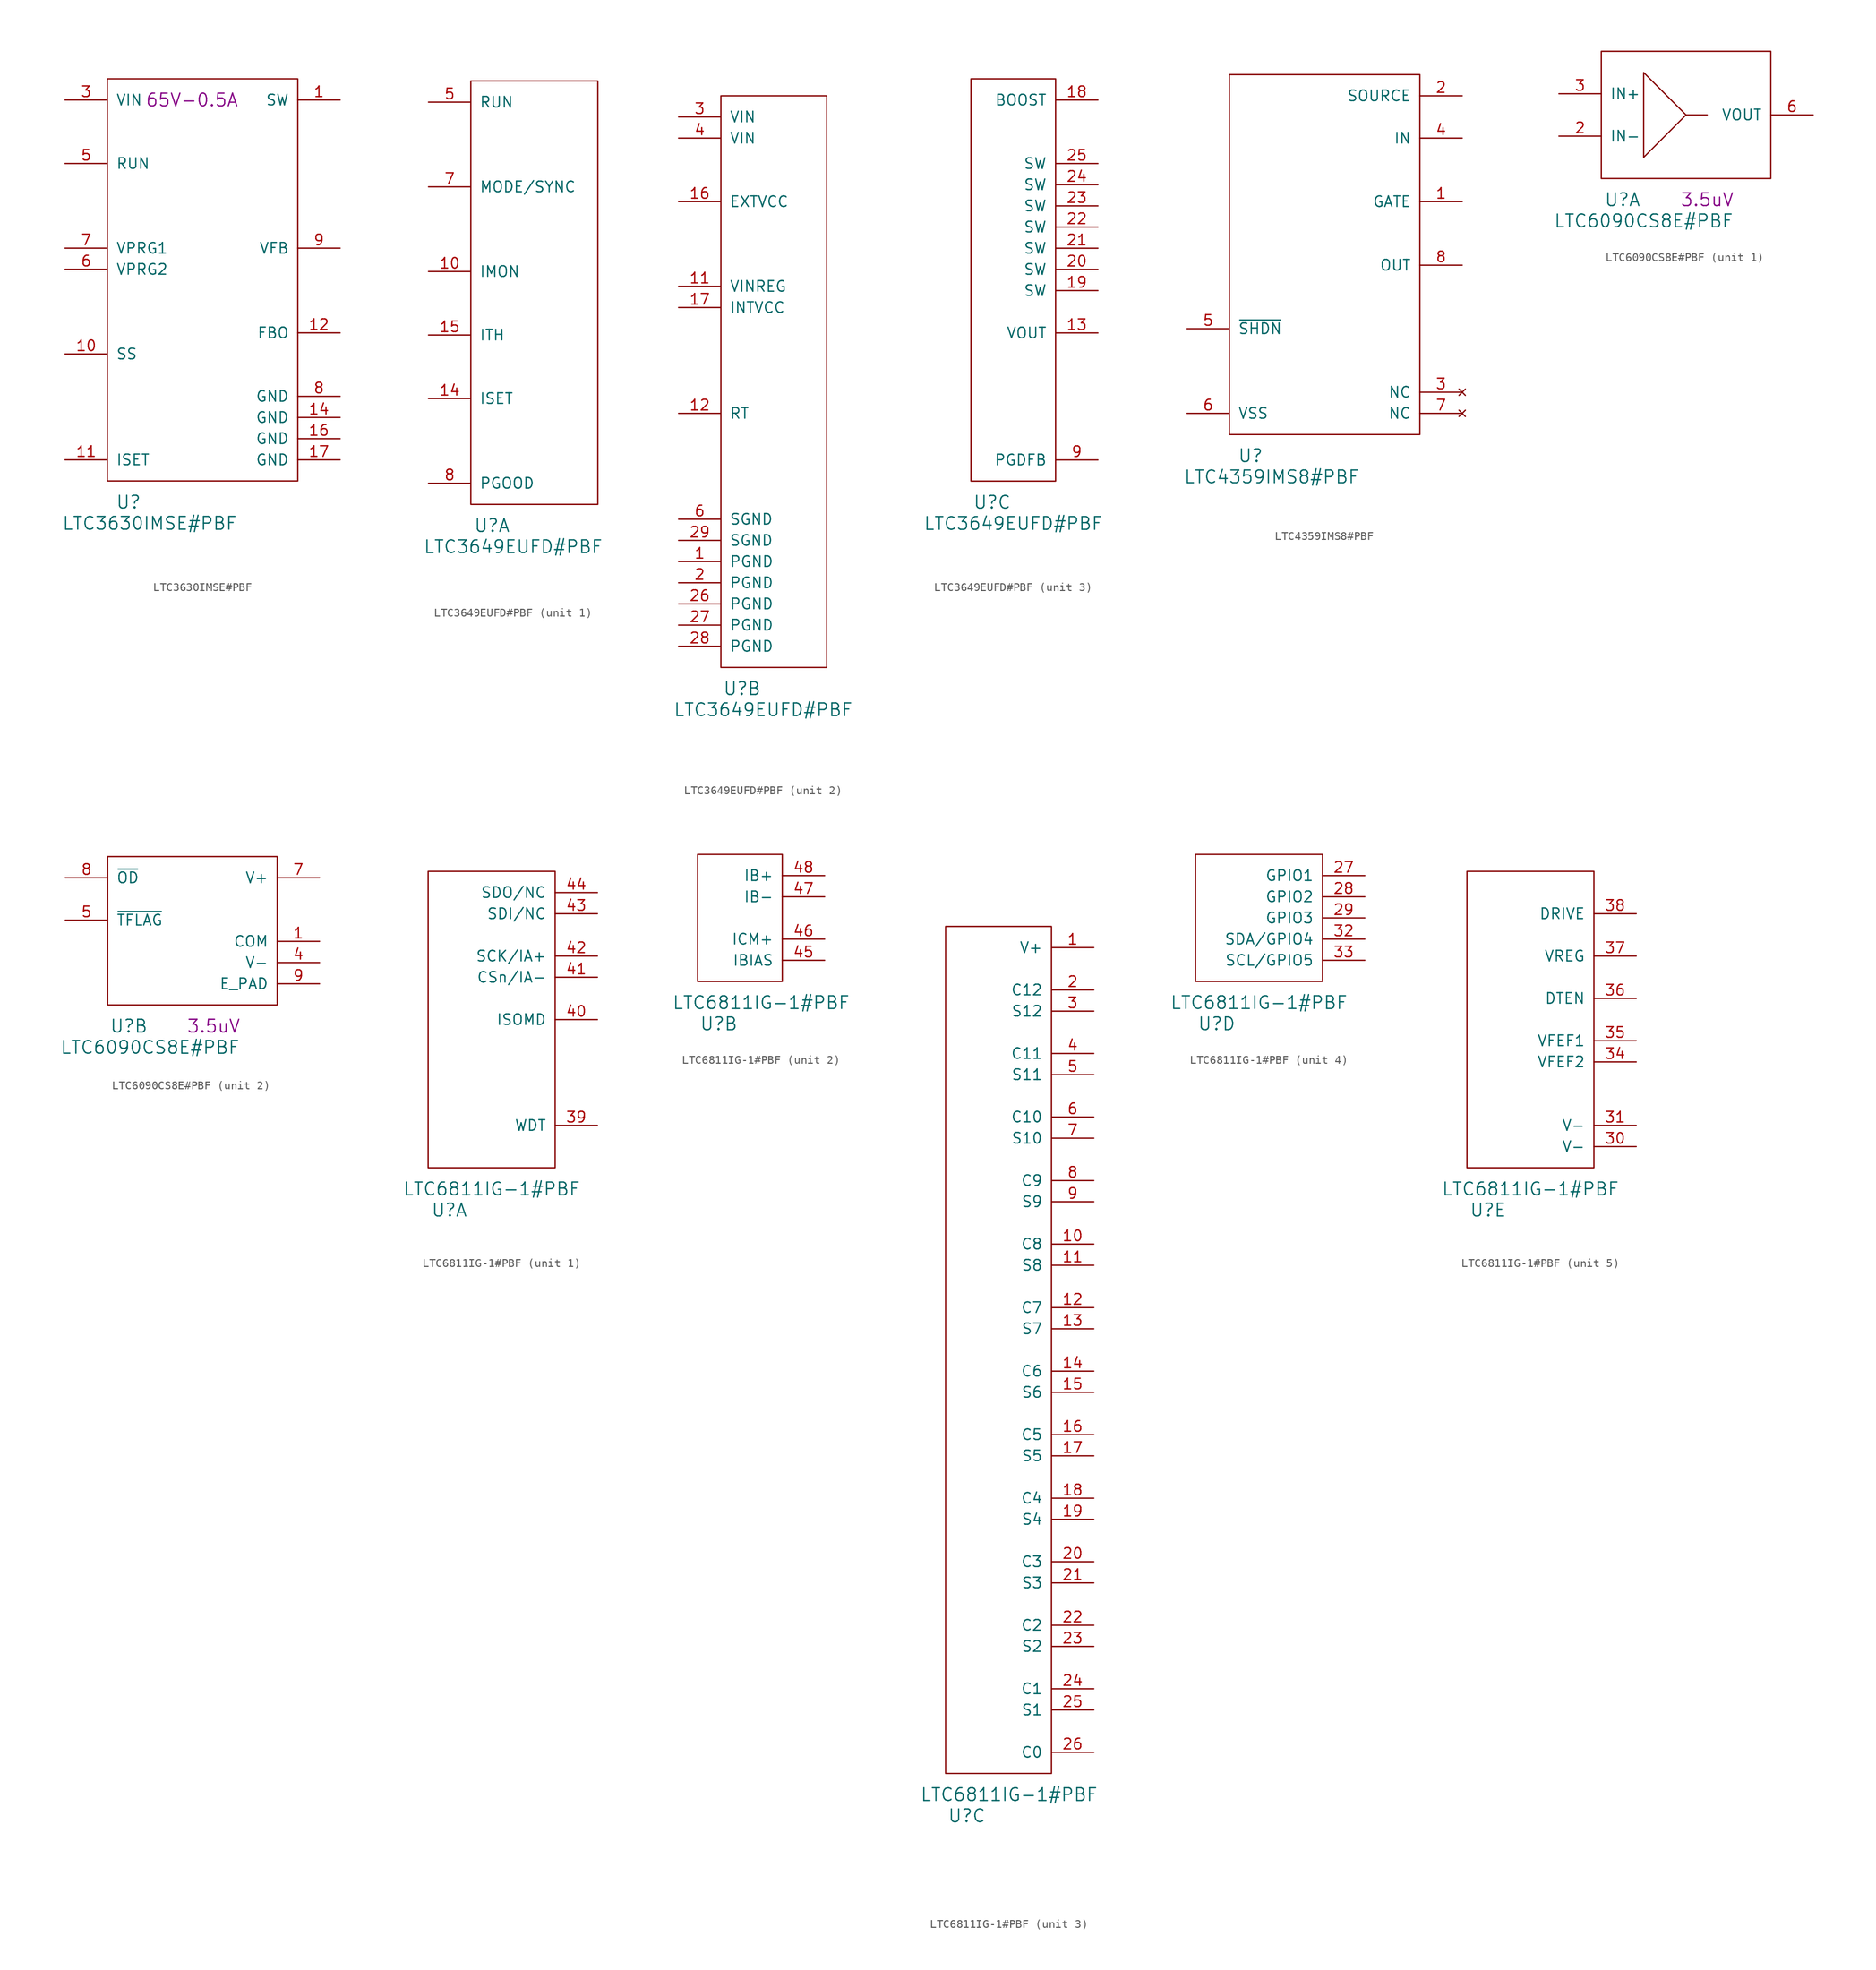
<source format=kicad_sym>
(kicad_symbol_lib
  (version 20220914)
  (generator kicad_symbol_editor)
  (symbol "LTC3630IMSE#PBF"
    (pin_names
      (offset 1.016))
    (property "Reference" "U"
      (at 2.54 -2.54 0)
      (effects (font (size 1.524 1.524))))
    (property "Value" "LTC3630IMSE#PBF"
      (at 5.08 -5.08 0)
      (effects (font (size 1.524 1.524))))
    (property "Rating" "65V-0.5A"
      (at 10.16 45.72 0)
      (effects (font (size 1.524 1.524))))
    (symbol "LTC3630IMSE#PBF_1_1"
      (rectangle (start 0 0) (end 22.86 48.26) (stroke (width 0) (type solid)) (fill (type none)))
      (pin power_out line (at 27.94 45.72 180) (length 5.08) (name "SW" (effects (font (size 1.27 1.27)))) (number "1" (effects (font (size 1.27 1.27)))))
      (pin input line (at -5.08 15.24 0) (length 5.08) (name "SS" (effects (font (size 1.27 1.27)))) (number "10" (effects (font (size 1.27 1.27)))))
      (pin input line (at -5.08 2.54 0) (length 5.08) (name "ISET" (effects (font (size 1.27 1.27)))) (number "11" (effects (font (size 1.27 1.27)))))
      (pin output line (at 27.94 17.78 180) (length 5.08) (name "FBO" (effects (font (size 1.27 1.27)))) (number "12" (effects (font (size 1.27 1.27)))))
      (pin power_in line (at 27.94 7.62 180) (length 5.08) (name "GND" (effects (font (size 1.27 1.27)))) (number "14" (effects (font (size 1.27 1.27)))))
      (pin power_in line (at 27.94 5.08 180) (length 5.08) (name "GND" (effects (font (size 1.27 1.27)))) (number "16" (effects (font (size 1.27 1.27)))))
      (pin power_in line (at 27.94 2.54 180) (length 5.08) (name "GND" (effects (font (size 1.27 1.27)))) (number "17" (effects (font (size 1.27 1.27)))))
      (pin power_in line (at -5.08 45.72 0) (length 5.08) (name "VIN" (effects (font (size 1.27 1.27)))) (number "3" (effects (font (size 1.27 1.27)))))
      (pin input line (at -5.08 38.1 0) (length 5.08) (name "RUN" (effects (font (size 1.27 1.27)))) (number "5" (effects (font (size 1.27 1.27)))))
      (pin input line (at -5.08 25.4 0) (length 5.08) (name "VPRG2" (effects (font (size 1.27 1.27)))) (number "6" (effects (font (size 1.27 1.27)))))
      (pin input line (at -5.08 27.94 0) (length 5.08) (name "VPRG1" (effects (font (size 1.27 1.27)))) (number "7" (effects (font (size 1.27 1.27)))))
      (pin power_in line (at 27.94 10.16 180) (length 5.08) (name "GND" (effects (font (size 1.27 1.27)))) (number "8" (effects (font (size 1.27 1.27)))))
      (pin input line (at 27.94 27.94 180) (length 5.08) (name "VFB" (effects (font (size 1.27 1.27)))) (number "9" (effects (font (size 1.27 1.27)))))))
  (symbol "LTC3649EUFD#PBF"
    (pin_names
      (offset 1.016))
    (property "Reference" "U"
      (at 2.54 -2.54 0)
      (effects (font (size 1.524 1.524))))
    (property "Value" "LTC3649EUFD#PBF"
      (at 5.08 -5.08 0)
      (effects (font (size 1.524 1.524))))
    (property "ki_locked" ""
      (at 0 0 0)
      (effects (font (size 1.27 1.27))))
    (symbol "LTC3649EUFD#PBF_1_1"
      (rectangle (start 0 0) (end 15.24 50.8) (stroke (width 0) (type solid)) (fill (type none)))
      (pin output line (at -5.08 27.94 0) (length 5.08) (name "IMON" (effects (font (size 1.27 1.27)))) (number "10" (effects (font (size 1.27 1.27)))))
      (pin input line (at -5.08 12.7 0) (length 5.08) (name "ISET" (effects (font (size 1.27 1.27)))) (number "14" (effects (font (size 1.27 1.27)))))
      (pin input line (at -5.08 20.32 0) (length 5.08) (name "ITH" (effects (font (size 1.27 1.27)))) (number "15" (effects (font (size 1.27 1.27)))))
      (pin input line (at -5.08 48.26 0) (length 5.08) (name "RUN" (effects (font (size 1.27 1.27)))) (number "5" (effects (font (size 1.27 1.27)))))
      (pin input line (at -5.08 38.1 0) (length 5.08) (name "MODE/SYNC" (effects (font (size 1.27 1.27)))) (number "7" (effects (font (size 1.27 1.27)))))
      (pin open_collector line (at -5.08 2.54 0) (length 5.08) (name "PGOOD" (effects (font (size 1.27 1.27)))) (number "8" (effects (font (size 1.27 1.27))))))
    (symbol "LTC3649EUFD#PBF_2_1"
      (rectangle (start 0 0) (end 12.7 68.58) (stroke (width 0) (type solid)) (fill (type none)))
      (pin power_in line (at -5.08 12.7 0) (length 5.08) (name "PGND" (effects (font (size 1.27 1.27)))) (number "1" (effects (font (size 1.27 1.27)))))
      (pin input line (at -5.08 45.72 0) (length 5.08) (name "VINREG" (effects (font (size 1.27 1.27)))) (number "11" (effects (font (size 1.27 1.27)))))
      (pin input line (at -5.08 30.48 0) (length 5.08) (name "RT" (effects (font (size 1.27 1.27)))) (number "12" (effects (font (size 1.27 1.27)))))
      (pin power_in line (at -5.08 55.88 0) (length 5.08) (name "EXTVCC" (effects (font (size 1.27 1.27)))) (number "16" (effects (font (size 1.27 1.27)))))
      (pin power_out line (at -5.08 43.18 0) (length 5.08) (name "INTVCC" (effects (font (size 1.27 1.27)))) (number "17" (effects (font (size 1.27 1.27)))))
      (pin power_in line (at -5.08 10.16 0) (length 5.08) (name "PGND" (effects (font (size 1.27 1.27)))) (number "2" (effects (font (size 1.27 1.27)))))
      (pin power_in line (at -5.08 7.62 0) (length 5.08) (name "PGND" (effects (font (size 1.27 1.27)))) (number "26" (effects (font (size 1.27 1.27)))))
      (pin power_in line (at -5.08 5.08 0) (length 5.08) (name "PGND" (effects (font (size 1.27 1.27)))) (number "27" (effects (font (size 1.27 1.27)))))
      (pin power_in line (at -5.08 2.54 0) (length 5.08) (name "PGND" (effects (font (size 1.27 1.27)))) (number "28" (effects (font (size 1.27 1.27)))))
      (pin power_in line (at -5.08 15.24 0) (length 5.08) (name "SGND" (effects (font (size 1.27 1.27)))) (number "29" (effects (font (size 1.27 1.27)))))
      (pin power_in line (at -5.08 66.04 0) (length 5.08) (name "VIN" (effects (font (size 1.27 1.27)))) (number "3" (effects (font (size 1.27 1.27)))))
      (pin power_in line (at -5.08 63.5 0) (length 5.08) (name "VIN" (effects (font (size 1.27 1.27)))) (number "4" (effects (font (size 1.27 1.27)))))
      (pin power_in line (at -5.08 17.78 0) (length 5.08) (name "SGND" (effects (font (size 1.27 1.27)))) (number "6" (effects (font (size 1.27 1.27))))))
    (symbol "LTC3649EUFD#PBF_3_1"
      (rectangle (start 0 0) (end 10.16 48.26) (stroke (width 0) (type solid)) (fill (type none)))
      (pin input line (at 15.24 17.78 180) (length 5.08) (name "VOUT" (effects (font (size 1.27 1.27)))) (number "13" (effects (font (size 1.27 1.27)))))
      (pin input line (at 15.24 45.72 180) (length 5.08) (name "BOOST" (effects (font (size 1.27 1.27)))) (number "18" (effects (font (size 1.27 1.27)))))
      (pin passive line (at 15.24 22.86 180) (length 5.08) (name "SW" (effects (font (size 1.27 1.27)))) (number "19" (effects (font (size 1.27 1.27)))))
      (pin passive line (at 15.24 25.4 180) (length 5.08) (name "SW" (effects (font (size 1.27 1.27)))) (number "20" (effects (font (size 1.27 1.27)))))
      (pin passive line (at 15.24 27.94 180) (length 5.08) (name "SW" (effects (font (size 1.27 1.27)))) (number "21" (effects (font (size 1.27 1.27)))))
      (pin passive line (at 15.24 30.48 180) (length 5.08) (name "SW" (effects (font (size 1.27 1.27)))) (number "22" (effects (font (size 1.27 1.27)))))
      (pin passive line (at 15.24 33.02 180) (length 5.08) (name "SW" (effects (font (size 1.27 1.27)))) (number "23" (effects (font (size 1.27 1.27)))))
      (pin passive line (at 15.24 35.56 180) (length 5.08) (name "SW" (effects (font (size 1.27 1.27)))) (number "24" (effects (font (size 1.27 1.27)))))
      (pin power_out line (at 15.24 38.1 180) (length 5.08) (name "SW" (effects (font (size 1.27 1.27)))) (number "25" (effects (font (size 1.27 1.27)))))
      (pin input line (at 15.24 2.54 180) (length 5.08) (name "PGDFB" (effects (font (size 1.27 1.27)))) (number "9" (effects (font (size 1.27 1.27)))))))
  (symbol "LTC4359IMS8#PBF"
    (pin_names
      (offset 1.016))
    (property "Reference" "U"
      (at 2.54 -2.54 0)
      (effects (font (size 1.524 1.524))))
    (property "Value" "LTC4359IMS8#PBF"
      (at 5.08 -5.08 0)
      (effects (font (size 1.524 1.524))))
    (symbol "LTC4359IMS8#PBF_1_1"
      (rectangle (start 0 0) (end 22.86 43.18) (stroke (width 0) (type solid)) (fill (type none)))
      (pin output line (at 27.94 27.94 180) (length 5.08) (name "GATE" (effects (font (size 1.27 1.27)))) (number "1" (effects (font (size 1.27 1.27)))))
      (pin input line (at 27.94 40.64 180) (length 5.08) (name "SOURCE" (effects (font (size 1.27 1.27)))) (number "2" (effects (font (size 1.27 1.27)))))
      (pin no_connect line (at 27.94 5.08 180) (length 5.08) (name "NC" (effects (font (size 1.27 1.27)))) (number "3" (effects (font (size 1.27 1.27)))))
      (pin input line (at 27.94 35.56 180) (length 5.08) (name "IN" (effects (font (size 1.27 1.27)))) (number "4" (effects (font (size 1.27 1.27)))))
      (pin input line (at -5.08 12.7 0) (length 5.08) (name "~{SHDN}" (effects (font (size 1.27 1.27)))) (number "5" (effects (font (size 1.27 1.27)))))
      (pin open_collector line (at -5.08 2.54 0) (length 5.08) (name "VSS" (effects (font (size 1.27 1.27)))) (number "6" (effects (font (size 1.27 1.27)))))
      (pin no_connect line (at 27.94 2.54 180) (length 5.08) (name "NC" (effects (font (size 1.27 1.27)))) (number "7" (effects (font (size 1.27 1.27)))))
      (pin power_out line (at 27.94 20.32 180) (length 5.08) (name "OUT" (effects (font (size 1.27 1.27)))) (number "8" (effects (font (size 1.27 1.27)))))))
  (symbol "LTC6090CS8E#PBF"
    (pin_names
      (offset 1.016))
    (property "Reference" "U"
      (at 2.54 -2.54 0)
      (effects (font (size 1.524 1.524))))
    (property "Value" "LTC6090CS8E#PBF"
      (at 5.08 -5.08 0)
      (effects (font (size 1.524 1.524))))
    (property "Noise" "3.5uV"
      (at 12.7 -2.54 0)
      (effects (font (size 1.524 1.524))))
    (property "ki_locked" ""
      (at 0 0 0)
      (effects (font (size 1.27 1.27))))
    (symbol "LTC6090CS8E#PBF_1_1"
      (polyline (pts (xy 10.16 7.62) (xy 12.7 7.62)) (stroke (width 0) (type solid)) (fill (type none)))
      (polyline (pts (xy 10.16 7.62) (xy 5.08 12.7) (xy 5.08 2.54) (xy 10.16 7.62)) (stroke (width 0) (type solid)) (fill (type none)))
      (rectangle (start 0 0) (end 20.32 15.24) (stroke (width 0) (type solid)) (fill (type none)))
      (pin input line (at -5.08 5.08 0) (length 5.08) (name "IN-" (effects (font (size 1.27 1.27)))) (number "2" (effects (font (size 1.27 1.27)))))
      (pin input line (at -5.08 10.16 0) (length 5.08) (name "IN+" (effects (font (size 1.27 1.27)))) (number "3" (effects (font (size 1.27 1.27)))))
      (pin output line (at 25.4 7.62 180) (length 5.08) (name "VOUT" (effects (font (size 1.27 1.27)))) (number "6" (effects (font (size 1.27 1.27))))))
    (symbol "LTC6090CS8E#PBF_2_1"
      (rectangle (start 0 0) (end 20.32 17.78) (stroke (width 0) (type solid)) (fill (type none)))
      (pin power_in line (at 25.4 7.62 180) (length 5.08) (name "COM" (effects (font (size 1.27 1.27)))) (number "1" (effects (font (size 1.27 1.27)))))
      (pin power_in line (at 25.4 5.08 180) (length 5.08) (name "V-" (effects (font (size 1.27 1.27)))) (number "4" (effects (font (size 1.27 1.27)))))
      (pin open_collector line (at -5.08 10.16 0) (length 5.08) (name "~{TFLAG}" (effects (font (size 1.27 1.27)))) (number "5" (effects (font (size 1.27 1.27)))))
      (pin power_in line (at 25.4 15.24 180) (length 5.08) (name "V+" (effects (font (size 1.27 1.27)))) (number "7" (effects (font (size 1.27 1.27)))))
      (pin input line (at -5.08 15.24 0) (length 5.08) (name "~{OD}" (effects (font (size 1.27 1.27)))) (number "8" (effects (font (size 1.27 1.27)))))
      (pin power_in line (at 25.4 2.54 180) (length 5.08) (name "E_PAD" (effects (font (size 1.27 1.27)))) (number "9" (effects (font (size 1.27 1.27)))))))
  (symbol "LTC6811IG-1#PBF"
    (pin_names
      (offset 1.016))
    (property "Reference" "U"
      (at 2.54 -5.08 0)
      (effects (font (size 1.524 1.524))))
    (property "Value" "LTC6811IG-1#PBF"
      (at 7.62 -2.54 0)
      (effects (font (size 1.524 1.524))))
    (property "ki_locked" ""
      (at 0 0 0)
      (effects (font (size 1.27 1.27))))
    (symbol "LTC6811IG-1#PBF_1_1"
      (rectangle (start 0 0) (end 15.24 35.56) (stroke (width 0) (type solid)) (fill (type none)))
      (pin output line (at 20.32 5.08 180) (length 5.08) (name "WDT" (effects (font (size 1.27 1.27)))) (number "39" (effects (font (size 1.27 1.27)))))
      (pin input line (at 20.32 17.78 180) (length 5.08) (name "ISOMD" (effects (font (size 1.27 1.27)))) (number "40" (effects (font (size 1.27 1.27)))))
      (pin bidirectional line (at 20.32 22.86 180) (length 5.08) (name "CSn/IA-" (effects (font (size 1.27 1.27)))) (number "41" (effects (font (size 1.27 1.27)))))
      (pin bidirectional line (at 20.32 25.4 180) (length 5.08) (name "SCK/IA+" (effects (font (size 1.27 1.27)))) (number "42" (effects (font (size 1.27 1.27)))))
      (pin input line (at 20.32 30.48 180) (length 5.08) (name "SDI/NC" (effects (font (size 1.27 1.27)))) (number "43" (effects (font (size 1.27 1.27)))))
      (pin output line (at 20.32 33.02 180) (length 5.08) (name "SDO/NC" (effects (font (size 1.27 1.27)))) (number "44" (effects (font (size 1.27 1.27))))))
    (symbol "LTC6811IG-1#PBF_2_1"
      (rectangle (start 10.16 15.24) (end 0 0) (stroke (width 0) (type solid)) (fill (type none)))
      (pin output line (at 15.24 2.54 180) (length 5.08) (name "IBIAS" (effects (font (size 1.27 1.27)))) (number "45" (effects (font (size 1.27 1.27)))))
      (pin output line (at 15.24 5.08 180) (length 5.08) (name "ICM+" (effects (font (size 1.27 1.27)))) (number "46" (effects (font (size 1.27 1.27)))))
      (pin bidirectional line (at 15.24 10.16 180) (length 5.08) (name "IB-" (effects (font (size 1.27 1.27)))) (number "47" (effects (font (size 1.27 1.27)))))
      (pin bidirectional line (at 15.24 12.7 180) (length 5.08) (name "IB+" (effects (font (size 1.27 1.27)))) (number "48" (effects (font (size 1.27 1.27))))))
    (symbol "LTC6811IG-1#PBF_3_1"
      (rectangle (start 0 0) (end 12.7 101.6) (stroke (width 0) (type solid)) (fill (type none)))
      (pin input line (at 17.78 99.06 180) (length 5.08) (name "V+" (effects (font (size 1.27 1.27)))) (number "1" (effects (font (size 1.27 1.27)))))
      (pin input line (at 17.78 63.5 180) (length 5.08) (name "C8" (effects (font (size 1.27 1.27)))) (number "10" (effects (font (size 1.27 1.27)))))
      (pin output line (at 17.78 60.96 180) (length 5.08) (name "S8" (effects (font (size 1.27 1.27)))) (number "11" (effects (font (size 1.27 1.27)))))
      (pin input line (at 17.78 55.88 180) (length 5.08) (name "C7" (effects (font (size 1.27 1.27)))) (number "12" (effects (font (size 1.27 1.27)))))
      (pin output line (at 17.78 53.34 180) (length 5.08) (name "S7" (effects (font (size 1.27 1.27)))) (number "13" (effects (font (size 1.27 1.27)))))
      (pin input line (at 17.78 48.26 180) (length 5.08) (name "C6" (effects (font (size 1.27 1.27)))) (number "14" (effects (font (size 1.27 1.27)))))
      (pin output line (at 17.78 45.72 180) (length 5.08) (name "S6" (effects (font (size 1.27 1.27)))) (number "15" (effects (font (size 1.27 1.27)))))
      (pin input line (at 17.78 40.64 180) (length 5.08) (name "C5" (effects (font (size 1.27 1.27)))) (number "16" (effects (font (size 1.27 1.27)))))
      (pin output line (at 17.78 38.1 180) (length 5.08) (name "S5" (effects (font (size 1.27 1.27)))) (number "17" (effects (font (size 1.27 1.27)))))
      (pin input line (at 17.78 33.02 180) (length 5.08) (name "C4" (effects (font (size 1.27 1.27)))) (number "18" (effects (font (size 1.27 1.27)))))
      (pin output line (at 17.78 30.48 180) (length 5.08) (name "S4" (effects (font (size 1.27 1.27)))) (number "19" (effects (font (size 1.27 1.27)))))
      (pin input line (at 17.78 93.98 180) (length 5.08) (name "C12" (effects (font (size 1.27 1.27)))) (number "2" (effects (font (size 1.27 1.27)))))
      (pin input line (at 17.78 25.4 180) (length 5.08) (name "C3" (effects (font (size 1.27 1.27)))) (number "20" (effects (font (size 1.27 1.27)))))
      (pin output line (at 17.78 22.86 180) (length 5.08) (name "S3" (effects (font (size 1.27 1.27)))) (number "21" (effects (font (size 1.27 1.27)))))
      (pin input line (at 17.78 17.78 180) (length 5.08) (name "C2" (effects (font (size 1.27 1.27)))) (number "22" (effects (font (size 1.27 1.27)))))
      (pin output line (at 17.78 15.24 180) (length 5.08) (name "S2" (effects (font (size 1.27 1.27)))) (number "23" (effects (font (size 1.27 1.27)))))
      (pin input line (at 17.78 10.16 180) (length 5.08) (name "C1" (effects (font (size 1.27 1.27)))) (number "24" (effects (font (size 1.27 1.27)))))
      (pin output line (at 17.78 7.62 180) (length 5.08) (name "S1" (effects (font (size 1.27 1.27)))) (number "25" (effects (font (size 1.27 1.27)))))
      (pin input line (at 17.78 2.54 180) (length 5.08) (name "C0" (effects (font (size 1.27 1.27)))) (number "26" (effects (font (size 1.27 1.27)))))
      (pin output line (at 17.78 91.44 180) (length 5.08) (name "S12" (effects (font (size 1.27 1.27)))) (number "3" (effects (font (size 1.27 1.27)))))
      (pin input line (at 17.78 86.36 180) (length 5.08) (name "C11" (effects (font (size 1.27 1.27)))) (number "4" (effects (font (size 1.27 1.27)))))
      (pin output line (at 17.78 83.82 180) (length 5.08) (name "S11" (effects (font (size 1.27 1.27)))) (number "5" (effects (font (size 1.27 1.27)))))
      (pin input line (at 17.78 78.74 180) (length 5.08) (name "C10" (effects (font (size 1.27 1.27)))) (number "6" (effects (font (size 1.27 1.27)))))
      (pin output line (at 17.78 76.2 180) (length 5.08) (name "S10" (effects (font (size 1.27 1.27)))) (number "7" (effects (font (size 1.27 1.27)))))
      (pin input line (at 17.78 71.12 180) (length 5.08) (name "C9" (effects (font (size 1.27 1.27)))) (number "8" (effects (font (size 1.27 1.27)))))
      (pin output line (at 17.78 68.58 180) (length 5.08) (name "S9" (effects (font (size 1.27 1.27)))) (number "9" (effects (font (size 1.27 1.27))))))
    (symbol "LTC6811IG-1#PBF_4_1"
      (rectangle (start 0 0) (end 15.24 15.24) (stroke (width 0) (type solid)) (fill (type none)))
      (pin bidirectional line (at 20.32 12.7 180) (length 5.08) (name "GPIO1" (effects (font (size 1.27 1.27)))) (number "27" (effects (font (size 1.27 1.27)))))
      (pin bidirectional line (at 20.32 10.16 180) (length 5.08) (name "GPIO2" (effects (font (size 1.27 1.27)))) (number "28" (effects (font (size 1.27 1.27)))))
      (pin bidirectional line (at 20.32 7.62 180) (length 5.08) (name "GPIO3" (effects (font (size 1.27 1.27)))) (number "29" (effects (font (size 1.27 1.27)))))
      (pin bidirectional line (at 20.32 5.08 180) (length 5.08) (name "SDA/GPIO4" (effects (font (size 1.27 1.27)))) (number "32" (effects (font (size 1.27 1.27)))))
      (pin bidirectional line (at 20.32 2.54 180) (length 5.08) (name "SCL/GPIO5" (effects (font (size 1.27 1.27)))) (number "33" (effects (font (size 1.27 1.27))))))
    (symbol "LTC6811IG-1#PBF_5_1"
      (rectangle (start 0 0) (end 15.24 35.56) (stroke (width 0) (type solid)) (fill (type none)))
      (pin power_in line (at 20.32 2.54 180) (length 5.08) (name "V-" (effects (font (size 1.27 1.27)))) (number "30" (effects (font (size 1.27 1.27)))))
      (pin power_in line (at 20.32 5.08 180) (length 5.08) (name "V-" (effects (font (size 1.27 1.27)))) (number "31" (effects (font (size 1.27 1.27)))))
      (pin output line (at 20.32 12.7 180) (length 5.08) (name "VFEF2" (effects (font (size 1.27 1.27)))) (number "34" (effects (font (size 1.27 1.27)))))
      (pin output line (at 20.32 15.24 180) (length 5.08) (name "VFEF1" (effects (font (size 1.27 1.27)))) (number "35" (effects (font (size 1.27 1.27)))))
      (pin input line (at 20.32 20.32 180) (length 5.08) (name "DTEN" (effects (font (size 1.27 1.27)))) (number "36" (effects (font (size 1.27 1.27)))))
      (pin input line (at 20.32 25.4 180) (length 5.08) (name "VREG" (effects (font (size 1.27 1.27)))) (number "37" (effects (font (size 1.27 1.27)))))
      (pin output line (at 20.32 30.48 180) (length 5.08) (name "DRIVE" (effects (font (size 1.27 1.27)))) (number "38" (effects (font (size 1.27 1.27))))))))
</source>
